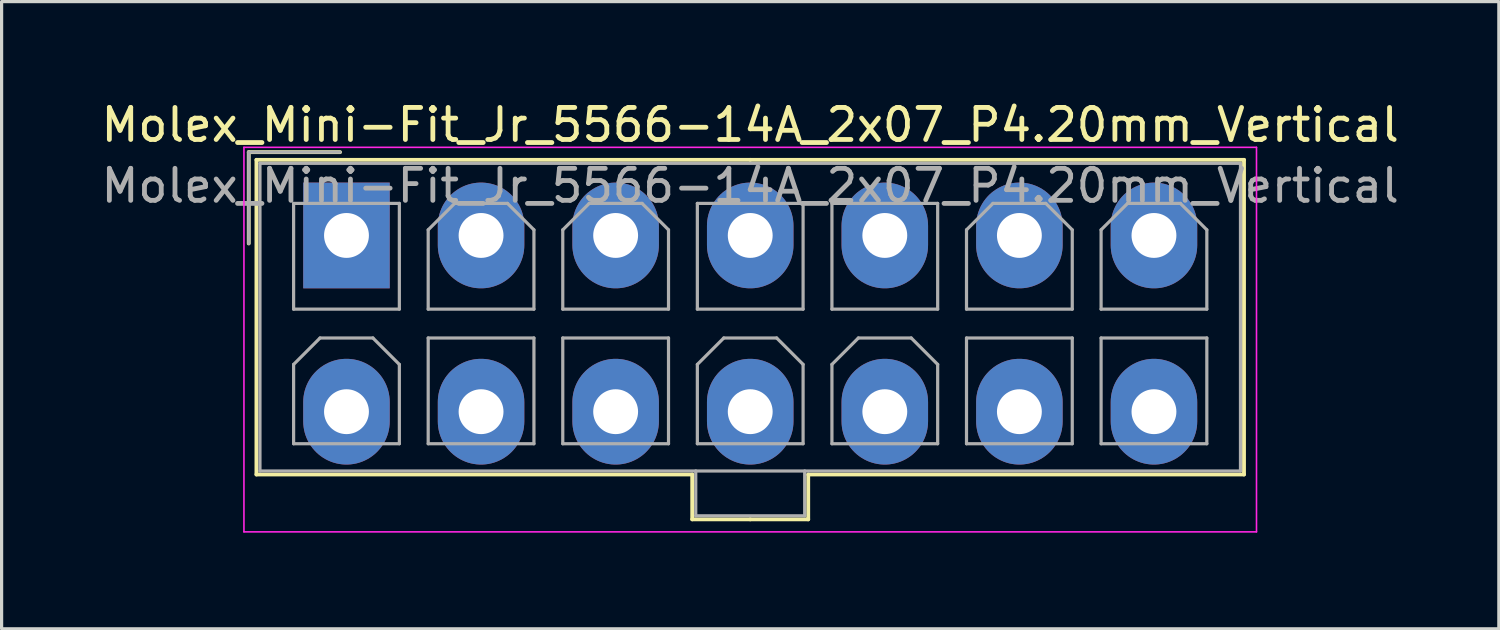
<source format=kicad_pcb>
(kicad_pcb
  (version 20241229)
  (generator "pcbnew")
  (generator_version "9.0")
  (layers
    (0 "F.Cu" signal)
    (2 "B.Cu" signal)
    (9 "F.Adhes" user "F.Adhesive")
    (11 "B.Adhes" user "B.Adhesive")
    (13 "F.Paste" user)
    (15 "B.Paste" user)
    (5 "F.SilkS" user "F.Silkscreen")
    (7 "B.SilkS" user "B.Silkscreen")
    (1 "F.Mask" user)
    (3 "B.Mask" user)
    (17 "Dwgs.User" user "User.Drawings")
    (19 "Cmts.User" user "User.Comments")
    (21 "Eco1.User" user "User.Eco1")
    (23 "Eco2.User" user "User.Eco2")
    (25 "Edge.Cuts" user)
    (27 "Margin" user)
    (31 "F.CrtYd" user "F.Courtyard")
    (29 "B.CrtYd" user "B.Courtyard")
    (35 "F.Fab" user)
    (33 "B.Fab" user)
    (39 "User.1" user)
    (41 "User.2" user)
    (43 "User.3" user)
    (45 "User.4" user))
  (footprint "Molex_Mini-Fit_Jr_5566-14A_2x07_P4.20mm_Vertical"
    (layer "F.Cu")
    (at 7.763 4.298)
    (property "Reference" "Molex_Mini-Fit_Jr_5566-14A_2x07_P4.20mm_Vertical" (at 12.6 -3.45 0) (layer "F.SilkS") (effects (font (size 1 1) (thickness 0.15))))
    (attr through_hole)
    (fp_line (start -3.05 -2.6) (end -3.05 0.25) (stroke (width 0.12) (type solid)) (layer "F.SilkS"))
    (fp_line (start -2.81 -2.36) (end -2.81 7.46) (stroke (width 0.12) (type solid)) (layer "F.SilkS"))
    (fp_line (start -2.81 7.46) (end 10.79 7.46) (stroke (width 0.12) (type solid)) (layer "F.SilkS"))
    (fp_line (start -0.2 -2.6) (end -3.05 -2.6) (stroke (width 0.12) (type solid)) (layer "F.SilkS"))
    (fp_line (start 10.79 7.46) (end 10.79 8.86) (stroke (width 0.12) (type solid)) (layer "F.SilkS"))
    (fp_line (start 10.79 8.86) (end 12.6 8.86) (stroke (width 0.12) (type solid)) (layer "F.SilkS"))
    (fp_line (start 12.6 -2.36) (end -2.81 -2.36) (stroke (width 0.12) (type solid)) (layer "F.SilkS"))
    (fp_line (start 12.6 -2.36) (end 28.01 -2.36) (stroke (width 0.12) (type solid)) (layer "F.SilkS"))
    (fp_line (start 14.41 7.46) (end 14.41 8.86) (stroke (width 0.12) (type solid)) (layer "F.SilkS"))
    (fp_line (start 14.41 8.86) (end 12.6 8.86) (stroke (width 0.12) (type solid)) (layer "F.SilkS"))
    (fp_line (start 28.01 -2.36) (end 28.01 7.46) (stroke (width 0.12) (type solid)) (layer "F.SilkS"))
    (fp_line (start 28.01 7.46) (end 14.41 7.46) (stroke (width 0.12) (type solid)) (layer "F.SilkS"))
    (fp_line (start -3.2 -2.75) (end -3.2 9.25) (stroke (width 0.05) (type solid)) (layer "F.CrtYd"))
    (fp_line (start -3.2 9.25) (end 28.4 9.25) (stroke (width 0.05) (type solid)) (layer "F.CrtYd"))
    (fp_line (start 28.4 -2.75) (end -3.2 -2.75) (stroke (width 0.05) (type solid)) (layer "F.CrtYd"))
    (fp_line (start 28.4 9.25) (end 28.4 -2.75) (stroke (width 0.05) (type solid)) (layer "F.CrtYd"))
    (fp_line (start -3.05 -2.6) (end -3.05 0.25) (stroke (width 0.1) (type solid)) (layer "F.Fab"))
    (fp_line (start -2.7 -2.25) (end -2.7 7.35) (stroke (width 0.1) (type solid)) (layer "F.Fab"))
    (fp_line (start -2.7 7.35) (end 27.9 7.35) (stroke (width 0.1) (type solid)) (layer "F.Fab"))
    (fp_line (start -1.65 -1) (end -1.65 2.3) (stroke (width 0.1) (type solid)) (layer "F.Fab"))
    (fp_line (start -1.65 2.3) (end 1.65 2.3) (stroke (width 0.1) (type solid)) (layer "F.Fab"))
    (fp_line (start -1.65 4.025) (end -0.825 3.2) (stroke (width 0.1) (type solid)) (layer "F.Fab"))
    (fp_line (start -1.65 6.5) (end -1.65 4.025) (stroke (width 0.1) (type solid)) (layer "F.Fab"))
    (fp_line (start -0.825 3.2) (end 0.825 3.2) (stroke (width 0.1) (type solid)) (layer "F.Fab"))
    (fp_line (start -0.2 -2.6) (end -3.05 -2.6) (stroke (width 0.1) (type solid)) (layer "F.Fab"))
    (fp_line (start 0.825 3.2) (end 1.65 4.025) (stroke (width 0.1) (type solid)) (layer "F.Fab"))
    (fp_line (start 1.65 -1) (end -1.65 -1) (stroke (width 0.1) (type solid)) (layer "F.Fab"))
    (fp_line (start 1.65 2.3) (end 1.65 -1) (stroke (width 0.1) (type solid)) (layer "F.Fab"))
    (fp_line (start 1.65 4.025) (end 1.65 6.5) (stroke (width 0.1) (type solid)) (layer "F.Fab"))
    (fp_line (start 1.65 6.5) (end -1.65 6.5) (stroke (width 0.1) (type solid)) (layer "F.Fab"))
    (fp_line (start 2.55 -0.175) (end 3.375 -1) (stroke (width 0.1) (type solid)) (layer "F.Fab"))
    (fp_line (start 2.55 2.3) (end 2.55 -0.175) (stroke (width 0.1) (type solid)) (layer "F.Fab"))
    (fp_line (start 2.55 3.2) (end 2.55 6.5) (stroke (width 0.1) (type solid)) (layer "F.Fab"))
    (fp_line (start 2.55 6.5) (end 5.85 6.5) (stroke (width 0.1) (type solid)) (layer "F.Fab"))
    (fp_line (start 3.375 -1) (end 5.025 -1) (stroke (width 0.1) (type solid)) (layer "F.Fab"))
    (fp_line (start 5.025 -1) (end 5.85 -0.175) (stroke (width 0.1) (type solid)) (layer "F.Fab"))
    (fp_line (start 5.85 -0.175) (end 5.85 2.3) (stroke (width 0.1) (type solid)) (layer "F.Fab"))
    (fp_line (start 5.85 2.3) (end 2.55 2.3) (stroke (width 0.1) (type solid)) (layer "F.Fab"))
    (fp_line (start 5.85 3.2) (end 2.55 3.2) (stroke (width 0.1) (type solid)) (layer "F.Fab"))
    (fp_line (start 5.85 6.5) (end 5.85 3.2) (stroke (width 0.1) (type solid)) (layer "F.Fab"))
    (fp_line (start 6.75 -0.175) (end 7.575 -1) (stroke (width 0.1) (type solid)) (layer "F.Fab"))
    (fp_line (start 6.75 2.3) (end 6.75 -0.175) (stroke (width 0.1) (type solid)) (layer "F.Fab"))
    (fp_line (start 6.75 3.2) (end 6.75 6.5) (stroke (width 0.1) (type solid)) (layer "F.Fab"))
    (fp_line (start 6.75 6.5) (end 10.05 6.5) (stroke (width 0.1) (type solid)) (layer "F.Fab"))
    (fp_line (start 7.575 -1) (end 9.225 -1) (stroke (width 0.1) (type solid)) (layer "F.Fab"))
    (fp_line (start 9.225 -1) (end 10.05 -0.175) (stroke (width 0.1) (type solid)) (layer "F.Fab"))
    (fp_line (start 10.05 -0.175) (end 10.05 2.3) (stroke (width 0.1) (type solid)) (layer "F.Fab"))
    (fp_line (start 10.05 2.3) (end 6.75 2.3) (stroke (width 0.1) (type solid)) (layer "F.Fab"))
    (fp_line (start 10.05 3.2) (end 6.75 3.2) (stroke (width 0.1) (type solid)) (layer "F.Fab"))
    (fp_line (start 10.05 6.5) (end 10.05 3.2) (stroke (width 0.1) (type solid)) (layer "F.Fab"))
    (fp_line (start 10.9 7.35) (end 10.9 8.75) (stroke (width 0.1) (type solid)) (layer "F.Fab"))
    (fp_line (start 10.9 8.75) (end 14.3 8.75) (stroke (width 0.1) (type solid)) (layer "F.Fab"))
    (fp_line (start 10.95 -1) (end 10.95 2.3) (stroke (width 0.1) (type solid)) (layer "F.Fab"))
    (fp_line (start 10.95 2.3) (end 14.25 2.3) (stroke (width 0.1) (type solid)) (layer "F.Fab"))
    (fp_line (start 10.95 4.025) (end 11.775 3.2) (stroke (width 0.1) (type solid)) (layer "F.Fab"))
    (fp_line (start 10.95 6.5) (end 10.95 4.025) (stroke (width 0.1) (type solid)) (layer "F.Fab"))
    (fp_line (start 11.775 3.2) (end 13.425 3.2) (stroke (width 0.1) (type solid)) (layer "F.Fab"))
    (fp_line (start 13.425 3.2) (end 14.25 4.025) (stroke (width 0.1) (type solid)) (layer "F.Fab"))
    (fp_line (start 14.25 -1) (end 10.95 -1) (stroke (width 0.1) (type solid)) (layer "F.Fab"))
    (fp_line (start 14.25 2.3) (end 14.25 -1) (stroke (width 0.1) (type solid)) (layer "F.Fab"))
    (fp_line (start 14.25 4.025) (end 14.25 6.5) (stroke (width 0.1) (type solid)) (layer "F.Fab"))
    (fp_line (start 14.25 6.5) (end 10.95 6.5) (stroke (width 0.1) (type solid)) (layer "F.Fab"))
    (fp_line (start 14.3 8.75) (end 14.3 7.35) (stroke (width 0.1) (type solid)) (layer "F.Fab"))
    (fp_line (start 15.15 -1) (end 15.15 2.3) (stroke (width 0.1) (type solid)) (layer "F.Fab"))
    (fp_line (start 15.15 2.3) (end 18.45 2.3) (stroke (width 0.1) (type solid)) (layer "F.Fab"))
    (fp_line (start 15.15 4.025) (end 15.975 3.2) (stroke (width 0.1) (type solid)) (layer "F.Fab"))
    (fp_line (start 15.15 6.5) (end 15.15 4.025) (stroke (width 0.1) (type solid)) (layer "F.Fab"))
    (fp_line (start 15.975 3.2) (end 17.625 3.2) (stroke (width 0.1) (type solid)) (layer "F.Fab"))
    (fp_line (start 17.625 3.2) (end 18.45 4.025) (stroke (width 0.1) (type solid)) (layer "F.Fab"))
    (fp_line (start 18.45 -1) (end 15.15 -1) (stroke (width 0.1) (type solid)) (layer "F.Fab"))
    (fp_line (start 18.45 2.3) (end 18.45 -1) (stroke (width 0.1) (type solid)) (layer "F.Fab"))
    (fp_line (start 18.45 4.025) (end 18.45 6.5) (stroke (width 0.1) (type solid)) (layer "F.Fab"))
    (fp_line (start 18.45 6.5) (end 15.15 6.5) (stroke (width 0.1) (type solid)) (layer "F.Fab"))
    (fp_line (start 19.35 -0.175) (end 20.175 -1) (stroke (width 0.1) (type solid)) (layer "F.Fab"))
    (fp_line (start 19.35 2.3) (end 19.35 -0.175) (stroke (width 0.1) (type solid)) (layer "F.Fab"))
    (fp_line (start 19.35 3.2) (end 19.35 6.5) (stroke (width 0.1) (type solid)) (layer "F.Fab"))
    (fp_line (start 19.35 6.5) (end 22.65 6.5) (stroke (width 0.1) (type solid)) (layer "F.Fab"))
    (fp_line (start 20.175 -1) (end 21.825 -1) (stroke (width 0.1) (type solid)) (layer "F.Fab"))
    (fp_line (start 21.825 -1) (end 22.65 -0.175) (stroke (width 0.1) (type solid)) (layer "F.Fab"))
    (fp_line (start 22.65 -0.175) (end 22.65 2.3) (stroke (width 0.1) (type solid)) (layer "F.Fab"))
    (fp_line (start 22.65 2.3) (end 19.35 2.3) (stroke (width 0.1) (type solid)) (layer "F.Fab"))
    (fp_line (start 22.65 3.2) (end 19.35 3.2) (stroke (width 0.1) (type solid)) (layer "F.Fab"))
    (fp_line (start 22.65 6.5) (end 22.65 3.2) (stroke (width 0.1) (type solid)) (layer "F.Fab"))
    (fp_line (start 23.55 -0.175) (end 24.375 -1) (stroke (width 0.1) (type solid)) (layer "F.Fab"))
    (fp_line (start 23.55 2.3) (end 23.55 -0.175) (stroke (width 0.1) (type solid)) (layer "F.Fab"))
    (fp_line (start 23.55 3.2) (end 23.55 6.5) (stroke (width 0.1) (type solid)) (layer "F.Fab"))
    (fp_line (start 23.55 6.5) (end 26.85 6.5) (stroke (width 0.1) (type solid)) (layer "F.Fab"))
    (fp_line (start 24.375 -1) (end 26.025 -1) (stroke (width 0.1) (type solid)) (layer "F.Fab"))
    (fp_line (start 26.025 -1) (end 26.85 -0.175) (stroke (width 0.1) (type solid)) (layer "F.Fab"))
    (fp_line (start 26.85 -0.175) (end 26.85 2.3) (stroke (width 0.1) (type solid)) (layer "F.Fab"))
    (fp_line (start 26.85 2.3) (end 23.55 2.3) (stroke (width 0.1) (type solid)) (layer "F.Fab"))
    (fp_line (start 26.85 3.2) (end 23.55 3.2) (stroke (width 0.1) (type solid)) (layer "F.Fab"))
    (fp_line (start 26.85 6.5) (end 26.85 3.2) (stroke (width 0.1) (type solid)) (layer "F.Fab"))
    (fp_line (start 27.9 -2.25) (end -2.7 -2.25) (stroke (width 0.1) (type solid)) (layer "F.Fab"))
    (fp_line (start 27.9 7.35) (end 27.9 -2.25) (stroke (width 0.1) (type solid)) (layer "F.Fab"))
    (fp_text user "${REFERENCE}" (at 12.6 -1.55 0) (layer "F.Fab") (effects (font (size 1 1) (thickness 0.15))))
    (pad "1" thru_hole rect (at 0 0) (size 2.7 3.3) (drill 1.4) (layers "*.Cu" "*.Mask"))
    (pad "2" thru_hole oval (at 4.2 0) (size 2.7 3.3) (drill 1.4) (layers "*.Cu" "*.Mask"))
    (pad "3" thru_hole oval (at 8.4 0) (size 2.7 3.3) (drill 1.4) (layers "*.Cu" "*.Mask"))
    (pad "4" thru_hole oval (at 12.6 0) (size 2.7 3.3) (drill 1.4) (layers "*.Cu" "*.Mask"))
    (pad "5" thru_hole oval (at 16.8 0) (size 2.7 3.3) (drill 1.4) (layers "*.Cu" "*.Mask"))
    (pad "6" thru_hole oval (at 21 0) (size 2.7 3.3) (drill 1.4) (layers "*.Cu" "*.Mask"))
    (pad "7" thru_hole oval (at 25.2 0) (size 2.7 3.3) (drill 1.4) (layers "*.Cu" "*.Mask"))
    (pad "8" thru_hole oval (at 0 5.5) (size 2.7 3.3) (drill 1.4) (layers "*.Cu" "*.Mask"))
    (pad "9" thru_hole oval (at 4.2 5.5) (size 2.7 3.3) (drill 1.4) (layers "*.Cu" "*.Mask"))
    (pad "10" thru_hole oval (at 8.4 5.5) (size 2.7 3.3) (drill 1.4) (layers "*.Cu" "*.Mask"))
    (pad "11" thru_hole oval (at 12.6 5.5) (size 2.7 3.3) (drill 1.4) (layers "*.Cu" "*.Mask"))
    (pad "12" thru_hole oval (at 16.8 5.5) (size 2.7 3.3) (drill 1.4) (layers "*.Cu" "*.Mask"))
    (pad "13" thru_hole oval (at 21 5.5) (size 2.7 3.3) (drill 1.4) (layers "*.Cu" "*.Mask"))
    (pad "14" thru_hole oval (at 25.2 5.5) (size 2.7 3.3) (drill 1.4) (layers "*.Cu" "*.Mask")))
  (gr_rect
    (start -3 -3)
    (end 43.726 16.573)
    (stroke (width 0.1) (type default))
    (fill no)
    (layer "Edge.Cuts")))
</source>
